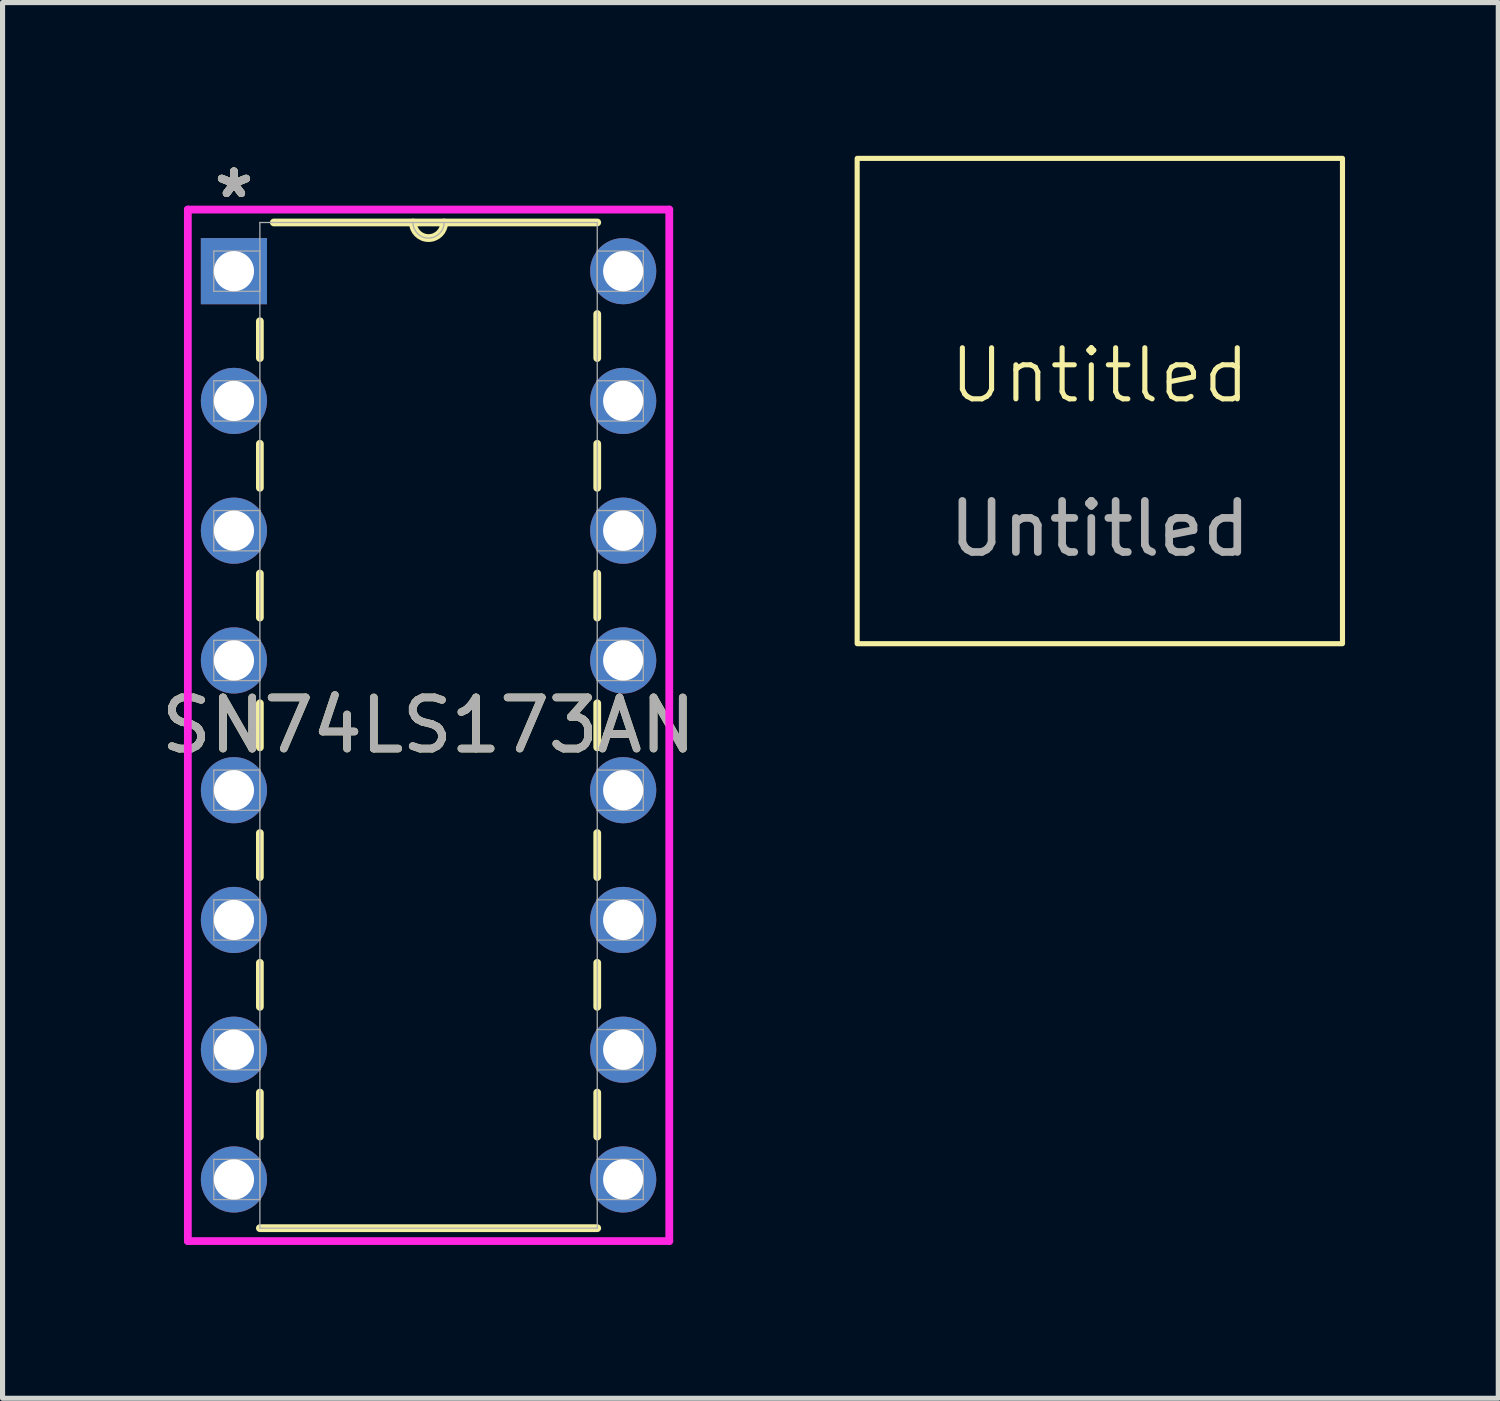
<source format=kicad_pcb>
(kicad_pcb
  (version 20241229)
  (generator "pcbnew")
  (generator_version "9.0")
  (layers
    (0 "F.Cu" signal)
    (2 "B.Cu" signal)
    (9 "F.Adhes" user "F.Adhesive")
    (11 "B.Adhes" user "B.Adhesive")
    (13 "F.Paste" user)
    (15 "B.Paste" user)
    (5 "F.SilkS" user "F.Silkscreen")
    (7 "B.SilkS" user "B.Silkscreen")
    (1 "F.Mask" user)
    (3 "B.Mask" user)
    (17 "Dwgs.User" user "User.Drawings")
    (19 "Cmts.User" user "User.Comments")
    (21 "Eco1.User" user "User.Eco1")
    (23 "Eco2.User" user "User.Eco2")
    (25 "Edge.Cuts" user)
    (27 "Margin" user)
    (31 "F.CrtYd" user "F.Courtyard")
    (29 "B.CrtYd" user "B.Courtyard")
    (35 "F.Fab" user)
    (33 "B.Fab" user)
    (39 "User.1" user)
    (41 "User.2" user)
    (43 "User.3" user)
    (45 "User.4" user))
  (footprint "Untitled"
    (layer "F.Cu")
    (at 18.479 4.8)
    (property "Reference" "Untitled" (at 0 -0.5 0) (unlocked yes) (layer "F.SilkS") (effects (font (size 1 1) (thickness 0.1))))
    (attr smd)
    (fp_rect (start -4.75 -4.75) (end 4.75 4.75) (stroke (width 0.1) (type default)) (fill no) (layer "F.SilkS"))
    (fp_text user "${REFERENCE}" (at 0 2.5 0) (unlocked yes) (layer "F.Fab") (effects (font (size 1 1) (thickness 0.15)))))
  (footprint "SN74LS173AN"
    (layer "F.Cu")
    (at 9.149 20.038)
    (property "Reference" "SN74LS173AN" (at -3.81 -8.89 0) (unlocked yes) (layer "F.SilkS") (effects (font (size 1 1) (thickness 0.15))))
    (attr through_hole)
    (fp_line (start -7.112 -16.8) (end -7.112 -16.079) (stroke (width 0.152) (type solid)) (layer "F.SilkS"))
    (fp_line (start -7.112 -14.401) (end -7.112 -13.539) (stroke (width 0.152) (type solid)) (layer "F.SilkS"))
    (fp_line (start -7.112 -11.861) (end -7.112 -10.999) (stroke (width 0.152) (type solid)) (layer "F.SilkS"))
    (fp_line (start -7.112 -9.321) (end -7.112 -8.459) (stroke (width 0.152) (type solid)) (layer "F.SilkS"))
    (fp_line (start -7.112 -6.781) (end -7.112 -5.919) (stroke (width 0.152) (type solid)) (layer "F.SilkS"))
    (fp_line (start -7.112 -4.241) (end -7.112 -3.379) (stroke (width 0.152) (type solid)) (layer "F.SilkS"))
    (fp_line (start -7.112 -1.701) (end -7.112 -0.839) (stroke (width 0.152) (type solid)) (layer "F.SilkS"))
    (fp_line (start -7.112 0.953) (end -0.508 0.953) (stroke (width 0.152) (type solid)) (layer "F.SilkS"))
    (fp_line (start -0.508 -18.733) (end -6.839 -18.733) (stroke (width 0.152) (type solid)) (layer "F.SilkS"))
    (fp_line (start -0.508 -16.079) (end -0.508 -16.941) (stroke (width 0.152) (type solid)) (layer "F.SilkS"))
    (fp_line (start -0.508 -13.539) (end -0.508 -14.401) (stroke (width 0.152) (type solid)) (layer "F.SilkS"))
    (fp_line (start -0.508 -10.999) (end -0.508 -11.861) (stroke (width 0.152) (type solid)) (layer "F.SilkS"))
    (fp_line (start -0.508 -8.459) (end -0.508 -9.321) (stroke (width 0.152) (type solid)) (layer "F.SilkS"))
    (fp_line (start -0.508 -5.919) (end -0.508 -6.781) (stroke (width 0.152) (type solid)) (layer "F.SilkS"))
    (fp_line (start -0.508 -3.379) (end -0.508 -4.241) (stroke (width 0.152) (type solid)) (layer "F.SilkS"))
    (fp_line (start -0.508 -0.839) (end -0.508 -1.701) (stroke (width 0.152) (type solid)) (layer "F.SilkS"))
    (fp_arc (start -3.5052 -18.7325) (mid -3.81 -18.4277) (end -4.1148 -18.7325) (stroke (width 0.1524) (type solid)) (layer "F.SilkS"))
    (fp_line (start -8.522 -18.986) (end -8.522 1.206) (stroke (width 0.152) (type solid)) (layer "F.CrtYd"))
    (fp_line (start -8.522 1.206) (end 0.902 1.206) (stroke (width 0.152) (type solid)) (layer "F.CrtYd"))
    (fp_line (start 0.902 -18.986) (end -8.522 -18.986) (stroke (width 0.152) (type solid)) (layer "F.CrtYd"))
    (fp_line (start 0.902 1.206) (end 0.902 -18.986) (stroke (width 0.152) (type solid)) (layer "F.CrtYd"))
    (fp_line (start -8.014 -18.174) (end -8.014 -17.386) (stroke (width 0.025) (type solid)) (layer "F.Fab"))
    (fp_line (start -8.014 -17.386) (end -7.112 -17.386) (stroke (width 0.025) (type solid)) (layer "F.Fab"))
    (fp_line (start -8.014 -15.634) (end -8.014 -14.846) (stroke (width 0.025) (type solid)) (layer "F.Fab"))
    (fp_line (start -8.014 -14.846) (end -7.112 -14.846) (stroke (width 0.025) (type solid)) (layer "F.Fab"))
    (fp_line (start -8.014 -13.094) (end -8.014 -12.306) (stroke (width 0.025) (type solid)) (layer "F.Fab"))
    (fp_line (start -8.014 -12.306) (end -7.112 -12.306) (stroke (width 0.025) (type solid)) (layer "F.Fab"))
    (fp_line (start -8.014 -10.554) (end -8.014 -9.766) (stroke (width 0.025) (type solid)) (layer "F.Fab"))
    (fp_line (start -8.014 -9.766) (end -7.112 -9.766) (stroke (width 0.025) (type solid)) (layer "F.Fab"))
    (fp_line (start -8.014 -8.014) (end -8.014 -7.226) (stroke (width 0.025) (type solid)) (layer "F.Fab"))
    (fp_line (start -8.014 -7.226) (end -7.112 -7.226) (stroke (width 0.025) (type solid)) (layer "F.Fab"))
    (fp_line (start -8.014 -5.474) (end -8.014 -4.686) (stroke (width 0.025) (type solid)) (layer "F.Fab"))
    (fp_line (start -8.014 -4.686) (end -7.112 -4.686) (stroke (width 0.025) (type solid)) (layer "F.Fab"))
    (fp_line (start -8.014 -2.934) (end -8.014 -2.146) (stroke (width 0.025) (type solid)) (layer "F.Fab"))
    (fp_line (start -8.014 -2.146) (end -7.112 -2.146) (stroke (width 0.025) (type solid)) (layer "F.Fab"))
    (fp_line (start -8.014 -0.394) (end -8.014 0.394) (stroke (width 0.025) (type solid)) (layer "F.Fab"))
    (fp_line (start -8.014 0.394) (end -7.112 0.394) (stroke (width 0.025) (type solid)) (layer "F.Fab"))
    (fp_line (start -7.112 -18.733) (end -7.112 0.953) (stroke (width 0.025) (type solid)) (layer "F.Fab"))
    (fp_line (start -7.112 -18.174) (end -8.014 -18.174) (stroke (width 0.025) (type solid)) (layer "F.Fab"))
    (fp_line (start -7.112 -17.386) (end -7.112 -18.174) (stroke (width 0.025) (type solid)) (layer "F.Fab"))
    (fp_line (start -7.112 -15.634) (end -8.014 -15.634) (stroke (width 0.025) (type solid)) (layer "F.Fab"))
    (fp_line (start -7.112 -14.846) (end -7.112 -15.634) (stroke (width 0.025) (type solid)) (layer "F.Fab"))
    (fp_line (start -7.112 -13.094) (end -8.014 -13.094) (stroke (width 0.025) (type solid)) (layer "F.Fab"))
    (fp_line (start -7.112 -12.306) (end -7.112 -13.094) (stroke (width 0.025) (type solid)) (layer "F.Fab"))
    (fp_line (start -7.112 -10.554) (end -8.014 -10.554) (stroke (width 0.025) (type solid)) (layer "F.Fab"))
    (fp_line (start -7.112 -9.766) (end -7.112 -10.554) (stroke (width 0.025) (type solid)) (layer "F.Fab"))
    (fp_line (start -7.112 -8.014) (end -8.014 -8.014) (stroke (width 0.025) (type solid)) (layer "F.Fab"))
    (fp_line (start -7.112 -7.226) (end -7.112 -8.014) (stroke (width 0.025) (type solid)) (layer "F.Fab"))
    (fp_line (start -7.112 -5.474) (end -8.014 -5.474) (stroke (width 0.025) (type solid)) (layer "F.Fab"))
    (fp_line (start -7.112 -4.686) (end -7.112 -5.474) (stroke (width 0.025) (type solid)) (layer "F.Fab"))
    (fp_line (start -7.112 -2.934) (end -8.014 -2.934) (stroke (width 0.025) (type solid)) (layer "F.Fab"))
    (fp_line (start -7.112 -2.146) (end -7.112 -2.934) (stroke (width 0.025) (type solid)) (layer "F.Fab"))
    (fp_line (start -7.112 -0.394) (end -8.014 -0.394) (stroke (width 0.025) (type solid)) (layer "F.Fab"))
    (fp_line (start -7.112 0.394) (end -7.112 -0.394) (stroke (width 0.025) (type solid)) (layer "F.Fab"))
    (fp_line (start -7.112 0.953) (end -0.508 0.953) (stroke (width 0.025) (type solid)) (layer "F.Fab"))
    (fp_line (start -0.508 -18.733) (end -7.112 -18.733) (stroke (width 0.025) (type solid)) (layer "F.Fab"))
    (fp_line (start -0.508 -18.174) (end -0.508 -17.386) (stroke (width 0.025) (type solid)) (layer "F.Fab"))
    (fp_line (start -0.508 -17.386) (end 0.394 -17.386) (stroke (width 0.025) (type solid)) (layer "F.Fab"))
    (fp_line (start -0.508 -15.634) (end -0.508 -14.846) (stroke (width 0.025) (type solid)) (layer "F.Fab"))
    (fp_line (start -0.508 -14.846) (end 0.394 -14.846) (stroke (width 0.025) (type solid)) (layer "F.Fab"))
    (fp_line (start -0.508 -13.094) (end -0.508 -12.306) (stroke (width 0.025) (type solid)) (layer "F.Fab"))
    (fp_line (start -0.508 -12.306) (end 0.394 -12.306) (stroke (width 0.025) (type solid)) (layer "F.Fab"))
    (fp_line (start -0.508 -10.554) (end -0.508 -9.766) (stroke (width 0.025) (type solid)) (layer "F.Fab"))
    (fp_line (start -0.508 -9.766) (end 0.394 -9.766) (stroke (width 0.025) (type solid)) (layer "F.Fab"))
    (fp_line (start -0.508 -8.014) (end -0.508 -7.226) (stroke (width 0.025) (type solid)) (layer "F.Fab"))
    (fp_line (start -0.508 -7.226) (end 0.394 -7.226) (stroke (width 0.025) (type solid)) (layer "F.Fab"))
    (fp_line (start -0.508 -5.474) (end -0.508 -4.686) (stroke (width 0.025) (type solid)) (layer "F.Fab"))
    (fp_line (start -0.508 -4.686) (end 0.394 -4.686) (stroke (width 0.025) (type solid)) (layer "F.Fab"))
    (fp_line (start -0.508 -2.934) (end -0.508 -2.146) (stroke (width 0.025) (type solid)) (layer "F.Fab"))
    (fp_line (start -0.508 -2.146) (end 0.394 -2.146) (stroke (width 0.025) (type solid)) (layer "F.Fab"))
    (fp_line (start -0.508 -0.394) (end -0.508 0.394) (stroke (width 0.025) (type solid)) (layer "F.Fab"))
    (fp_line (start -0.508 0.394) (end 0.394 0.394) (stroke (width 0.025) (type solid)) (layer "F.Fab"))
    (fp_line (start -0.508 0.953) (end -0.508 -18.733) (stroke (width 0.025) (type solid)) (layer "F.Fab"))
    (fp_line (start 0.394 -18.174) (end -0.508 -18.174) (stroke (width 0.025) (type solid)) (layer "F.Fab"))
    (fp_line (start 0.394 -17.386) (end 0.394 -18.174) (stroke (width 0.025) (type solid)) (layer "F.Fab"))
    (fp_line (start 0.394 -15.634) (end -0.508 -15.634) (stroke (width 0.025) (type solid)) (layer "F.Fab"))
    (fp_line (start 0.394 -14.846) (end 0.394 -15.634) (stroke (width 0.025) (type solid)) (layer "F.Fab"))
    (fp_line (start 0.394 -13.094) (end -0.508 -13.094) (stroke (width 0.025) (type solid)) (layer "F.Fab"))
    (fp_line (start 0.394 -12.306) (end 0.394 -13.094) (stroke (width 0.025) (type solid)) (layer "F.Fab"))
    (fp_line (start 0.394 -10.554) (end -0.508 -10.554) (stroke (width 0.025) (type solid)) (layer "F.Fab"))
    (fp_line (start 0.394 -9.766) (end 0.394 -10.554) (stroke (width 0.025) (type solid)) (layer "F.Fab"))
    (fp_line (start 0.394 -8.014) (end -0.508 -8.014) (stroke (width 0.025) (type solid)) (layer "F.Fab"))
    (fp_line (start 0.394 -7.226) (end 0.394 -8.014) (stroke (width 0.025) (type solid)) (layer "F.Fab"))
    (fp_line (start 0.394 -5.474) (end -0.508 -5.474) (stroke (width 0.025) (type solid)) (layer "F.Fab"))
    (fp_line (start 0.394 -4.686) (end 0.394 -5.474) (stroke (width 0.025) (type solid)) (layer "F.Fab"))
    (fp_line (start 0.394 -2.934) (end -0.508 -2.934) (stroke (width 0.025) (type solid)) (layer "F.Fab"))
    (fp_line (start 0.394 -2.146) (end 0.394 -2.934) (stroke (width 0.025) (type solid)) (layer "F.Fab"))
    (fp_line (start 0.394 -0.394) (end -0.508 -0.394) (stroke (width 0.025) (type solid)) (layer "F.Fab"))
    (fp_line (start 0.394 0.394) (end 0.394 -0.394) (stroke (width 0.025) (type solid)) (layer "F.Fab"))
    (fp_arc (start -3.5052 -18.7325) (mid -3.81 -18.4277) (end -4.1148 -18.7325) (stroke (width 0.0254) (type solid)) (layer "F.Fab"))
    (fp_text user "*" (at -7.62 -19.19 0) (layer "F.SilkS") (effects (font (size 1 1) (thickness 0.15))))
    (fp_text user "*" (at -7.62 -19.19 0) (unlocked yes) (layer "F.SilkS") (effects (font (size 1 1) (thickness 0.15))))
    (fp_text user "${REFERENCE}" (at -3.81 -8.89 0) (unlocked yes) (layer "F.Fab") (effects (font (size 1 1) (thickness 0.15))))
    (fp_text user "*" (at -7.62 -19.19 0) (layer "F.Fab") (effects (font (size 1 1) (thickness 0.15))))
    (fp_text user "*" (at -7.62 -19.19 0) (unlocked yes) (layer "F.Fab") (effects (font (size 1 1) (thickness 0.15))))
    (pad "1" thru_hole rect (at -7.62 -17.78) (size 1.295 1.295) (drill 0.787) (layers "*.Cu" "*.Mask"))
    (pad "2" thru_hole circle (at -7.62 -15.24) (size 1.295 1.295) (drill 0.787) (layers "*.Cu" "*.Mask"))
    (pad "3" thru_hole circle (at -7.62 -12.7) (size 1.295 1.295) (drill 0.787) (layers "*.Cu" "*.Mask"))
    (pad "4" thru_hole circle (at -7.62 -10.16) (size 1.295 1.295) (drill 0.787) (layers "*.Cu" "*.Mask"))
    (pad "5" thru_hole circle (at -7.62 -7.62) (size 1.295 1.295) (drill 0.787) (layers "*.Cu" "*.Mask"))
    (pad "6" thru_hole circle (at -7.62 -5.08) (size 1.295 1.295) (drill 0.787) (layers "*.Cu" "*.Mask"))
    (pad "7" thru_hole circle (at -7.62 -2.54) (size 1.295 1.295) (drill 0.787) (layers "*.Cu" "*.Mask"))
    (pad "8" thru_hole circle (at -7.62 0) (size 1.295 1.295) (drill 0.787) (layers "*.Cu" "*.Mask"))
    (pad "9" thru_hole circle (at 0 0) (size 1.295 1.295) (drill 0.787) (layers "*.Cu" "*.Mask"))
    (pad "10" thru_hole circle (at 0 -2.54) (size 1.295 1.295) (drill 0.787) (layers "*.Cu" "*.Mask"))
    (pad "11" thru_hole circle (at 0 -5.08) (size 1.295 1.295) (drill 0.787) (layers "*.Cu" "*.Mask"))
    (pad "12" thru_hole circle (at 0 -7.62) (size 1.295 1.295) (drill 0.787) (layers "*.Cu" "*.Mask"))
    (pad "13" thru_hole circle (at 0 -10.16) (size 1.295 1.295) (drill 0.787) (layers "*.Cu" "*.Mask"))
    (pad "14" thru_hole circle (at 0 -12.7) (size 1.295 1.295) (drill 0.787) (layers "*.Cu" "*.Mask"))
    (pad "15" thru_hole circle (at 0 -15.24) (size 1.295 1.295) (drill 0.787) (layers "*.Cu" "*.Mask"))
    (pad "16" thru_hole circle (at 0 -17.78) (size 1.295 1.295) (drill 0.787) (layers "*.Cu" "*.Mask")))
  (gr_rect
    (start -3 -3)
    (end 26.279 24.321)
    (stroke (width 0.1) (type default))
    (fill no)
    (layer "Edge.Cuts")))
</source>
